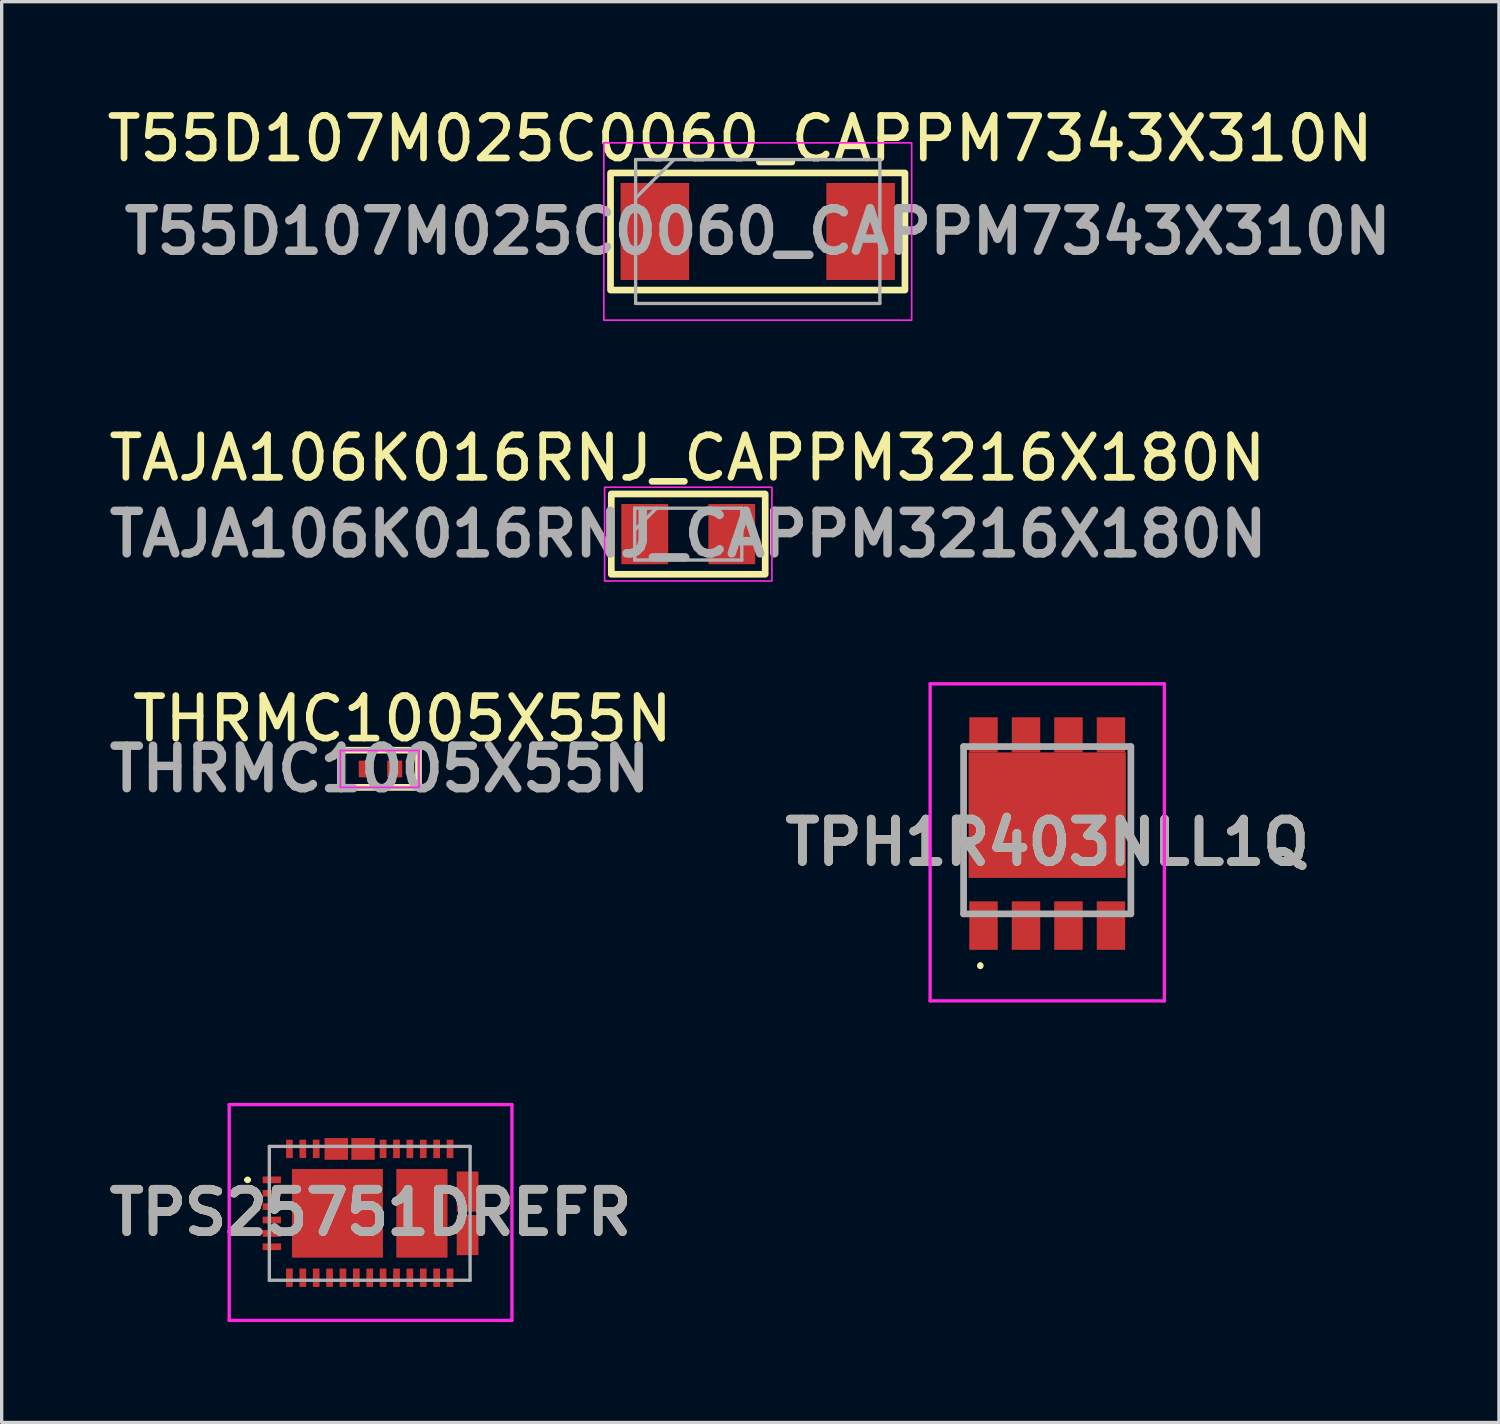
<source format=kicad_pcb>
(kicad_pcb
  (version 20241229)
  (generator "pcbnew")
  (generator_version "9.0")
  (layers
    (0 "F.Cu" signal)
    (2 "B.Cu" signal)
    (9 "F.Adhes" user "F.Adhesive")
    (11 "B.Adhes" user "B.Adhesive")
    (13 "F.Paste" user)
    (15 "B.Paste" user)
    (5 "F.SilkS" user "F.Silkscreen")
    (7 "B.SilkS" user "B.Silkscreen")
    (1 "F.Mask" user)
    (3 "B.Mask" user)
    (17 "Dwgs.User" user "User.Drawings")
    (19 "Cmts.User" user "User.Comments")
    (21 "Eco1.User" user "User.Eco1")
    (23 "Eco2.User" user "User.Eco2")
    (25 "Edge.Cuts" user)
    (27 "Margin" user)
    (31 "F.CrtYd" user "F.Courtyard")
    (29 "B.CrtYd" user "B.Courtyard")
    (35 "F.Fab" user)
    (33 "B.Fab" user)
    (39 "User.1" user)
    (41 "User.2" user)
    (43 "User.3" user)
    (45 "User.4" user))
  (footprint "TAJA106K016RNJ_CAPPM3216X180N"
    (layer "F.Cu")
    (at 17.52 12.913)
    (property "Reference" "TAJA106K016RNJ_CAPPM3216X180N" (at -0.025 -2.275 0) (layer "F.SilkS") (effects (font (size 1.27 1.27) (thickness 0.2))))
    (attr smd)
    (fp_rect (start -2.3 -1.2) (end 2.3 1.2) (stroke (width 0.2) (type default)) (fill no) (layer "F.SilkS"))
    (fp_rect (start -2.5 -1.4) (end 2.5 1.4) (stroke (width 0.05) (type default)) (fill no) (layer "F.CrtYd"))
    (fp_line (start -1.6 -0.775) (end 1.6 -0.775) (stroke (width 0.1) (type solid)) (layer "F.Fab"))
    (fp_line (start -1.6 -0.125) (end -0.95 -0.775) (stroke (width 0.1) (type solid)) (layer "F.Fab"))
    (fp_line (start -1.6 0.775) (end -1.6 -0.775) (stroke (width 0.1) (type solid)) (layer "F.Fab"))
    (fp_line (start 1.6 -0.775) (end 1.6 0.775) (stroke (width 0.1) (type solid)) (layer "F.Fab"))
    (fp_line (start 1.6 0.775) (end -1.6 0.775) (stroke (width 0.1) (type solid)) (layer "F.Fab"))
    (fp_text user "${REFERENCE}" (at 0 0 0) (layer "F.Fab") (effects (font (size 1.27 1.27) (thickness 0.254))))
    (pad "1" smd rect (at -1.3 0) (size 1.4 1.8) (layers "F.Cu" "F.Mask" "F.Paste"))
    (pad "2" smd rect (at 1.3 0) (size 1.4 1.8) (layers "F.Cu" "F.Mask" "F.Paste")))
  (footprint "TPS25751DREFR"
    (layer "F.Cu")
    (at 8 33.213)
    (property "Reference" "TPS25751DREFR" (at 0.025 -0.025 0) (layer "F.SilkS") (effects (font (size 1.27 1.27) (thickness 0.254))))
    (attr smd)
    (fp_line (start -3.7 -1) (end -3.7 -1) (stroke (width 0.1) (type solid)) (layer "F.SilkS"))
    (fp_line (start -3.6 -1) (end -3.6 -1) (stroke (width 0.1) (type solid)) (layer "F.SilkS"))
    (fp_arc (start -3.7 -1) (mid -3.65 -1.05) (end -3.6 -1) (stroke (width 0.1) (type solid)) (layer "F.SilkS"))
    (fp_arc (start -3.6 -1) (mid -3.65 -0.95) (end -3.7 -1) (stroke (width 0.1) (type solid)) (layer "F.SilkS"))
    (fp_line (start -4.2 -3.25) (end 4.25 -3.25) (stroke (width 0.1) (type solid)) (layer "F.CrtYd"))
    (fp_line (start -4.2 3.2) (end -4.2 -3.25) (stroke (width 0.1) (type solid)) (layer "F.CrtYd"))
    (fp_line (start 4.25 -3.25) (end 4.25 3.2) (stroke (width 0.1) (type solid)) (layer "F.CrtYd"))
    (fp_line (start 4.25 3.2) (end -4.2 3.2) (stroke (width 0.1) (type solid)) (layer "F.CrtYd"))
    (fp_line (start -3 -2) (end 3 -2) (stroke (width 0.1) (type solid)) (layer "F.Fab"))
    (fp_line (start -3 2) (end -3 -2) (stroke (width 0.1) (type solid)) (layer "F.Fab"))
    (fp_line (start 3 -2) (end 3 2) (stroke (width 0.1) (type solid)) (layer "F.Fab"))
    (fp_line (start 3 2) (end -3 2) (stroke (width 0.1) (type solid)) (layer "F.Fab"))
    (fp_text user "${REFERENCE}" (at 0.025 -0.025 0) (layer "F.Fab") (effects (font (size 1.27 1.27) (thickness 0.254))))
    (pad "1" smd rect (at -2.925 -1 90) (size 0.2 0.55) (layers "F.Cu" "F.Mask" "F.Paste"))
    (pad "2" smd rect (at -2.925 -0.6 90) (size 0.2 0.55) (layers "F.Cu" "F.Mask" "F.Paste"))
    (pad "3" smd rect (at -2.925 -0.2 90) (size 0.2 0.55) (layers "F.Cu" "F.Mask" "F.Paste"))
    (pad "4" smd rect (at -2.925 0.2 90) (size 0.2 0.55) (layers "F.Cu" "F.Mask" "F.Paste"))
    (pad "5" smd rect (at -2.925 0.6 90) (size 0.2 0.55) (layers "F.Cu" "F.Mask" "F.Paste"))
    (pad "6" smd rect (at -2.925 1 90) (size 0.2 0.55) (layers "F.Cu" "F.Mask" "F.Paste"))
    (pad "7" smd rect (at -2.4 1.925) (size 0.2 0.55) (layers "F.Cu" "F.Mask" "F.Paste"))
    (pad "8" smd rect (at -2 1.925) (size 0.2 0.55) (layers "F.Cu" "F.Mask" "F.Paste"))
    (pad "9" smd rect (at -1.6 1.925) (size 0.2 0.55) (layers "F.Cu" "F.Mask" "F.Paste"))
    (pad "10" smd rect (at -1.2 1.925) (size 0.2 0.55) (layers "F.Cu" "F.Mask" "F.Paste"))
    (pad "11" smd rect (at -0.8 1.925) (size 0.2 0.55) (layers "F.Cu" "F.Mask" "F.Paste"))
    (pad "12" smd rect (at -0.4 1.925) (size 0.2 0.55) (layers "F.Cu" "F.Mask" "F.Paste"))
    (pad "13" smd rect (at 0 1.925) (size 0.2 0.55) (layers "F.Cu" "F.Mask" "F.Paste"))
    (pad "14" smd rect (at 0.4 1.925) (size 0.2 0.55) (layers "F.Cu" "F.Mask" "F.Paste"))
    (pad "15" smd rect (at 0.8 1.925) (size 0.2 0.55) (layers "F.Cu" "F.Mask" "F.Paste"))
    (pad "16" smd rect (at 1.2 1.925) (size 0.2 0.55) (layers "F.Cu" "F.Mask" "F.Paste"))
    (pad "17" smd rect (at 1.6 1.925) (size 0.2 0.55) (layers "F.Cu" "F.Mask" "F.Paste"))
    (pad "18" smd rect (at 2 1.925) (size 0.2 0.55) (layers "F.Cu" "F.Mask" "F.Paste"))
    (pad "19" smd rect (at 2.4 1.925) (size 0.2 0.55) (layers "F.Cu" "F.Mask" "F.Paste"))
    (pad "20" smd rect (at 2.925 0.65) (size 0.65 1.2) (layers "F.Cu" "F.Mask" "F.Paste"))
    (pad "23" smd rect (at 2.925 -0.65) (size 0.65 1.2) (layers "F.Cu" "F.Mask" "F.Paste"))
    (pad "26" smd rect (at 2.4 -1.925) (size 0.2 0.55) (layers "F.Cu" "F.Mask" "F.Paste"))
    (pad "27" smd rect (at 2 -1.925) (size 0.2 0.55) (layers "F.Cu" "F.Mask" "F.Paste"))
    (pad "28" smd rect (at 1.6 -1.925) (size 0.2 0.55) (layers "F.Cu" "F.Mask" "F.Paste"))
    (pad "29" smd rect (at 1.2 -1.925) (size 0.2 0.55) (layers "F.Cu" "F.Mask" "F.Paste"))
    (pad "30" smd rect (at 0.8 -1.925) (size 0.2 0.55) (layers "F.Cu" "F.Mask" "F.Paste"))
    (pad "31" smd rect (at 0.4 -1.925) (size 0.2 0.55) (layers "F.Cu" "F.Mask" "F.Paste"))
    (pad "32" smd rect (at -0.2 -1.925 90) (size 0.65 0.7) (layers "F.Cu" "F.Mask" "F.Paste"))
    (pad "34" smd rect (at -1 -1.925 90) (size 0.65 0.7) (layers "F.Cu" "F.Mask" "F.Paste"))
    (pad "36" smd rect (at -1.6 -1.925) (size 0.2 0.55) (layers "F.Cu" "F.Mask" "F.Paste"))
    (pad "37" smd rect (at -2 -1.925) (size 0.2 0.55) (layers "F.Cu" "F.Mask" "F.Paste"))
    (pad "38" smd rect (at -2.4 -1.925) (size 0.2 0.55) (layers "F.Cu" "F.Mask" "F.Paste"))
    (pad "39" smd rect (at -0.965 0 90) (size 2.65 2.72) (layers "F.Cu" "F.Mask" "F.Paste"))
    (pad "40" smd rect (at 1.56 0) (size 1.53 2.65) (layers "F.Cu" "F.Mask" "F.Paste")))
  (footprint "T55D107M025C0060_CAPPM7343X310N"
    (layer "F.Cu")
    (at 19.597 3.869)
    (property "Reference" "T55D107M025C0060_CAPPM7343X310N" (at -0.525 -2.775 0) (layer "F.SilkS") (effects (font (size 1.27 1.27) (thickness 0.2))))
    (attr smd)
    (fp_rect (start -4.4 -1.75) (end 4.4 1.75) (stroke (width 0.2) (type default)) (fill no) (layer "F.SilkS"))
    (fp_rect (start -4.6 -2.65) (end 4.6 2.65) (stroke (width 0.05) (type default)) (fill no) (layer "F.CrtYd"))
    (fp_line (start -3.65 -2.15) (end 3.65 -2.15) (stroke (width 0.1) (type solid)) (layer "F.Fab"))
    (fp_line (start -3.65 -1) (end -2.5 -2.15) (stroke (width 0.1) (type solid)) (layer "F.Fab"))
    (fp_line (start -3.65 2.15) (end -3.65 -2.15) (stroke (width 0.1) (type solid)) (layer "F.Fab"))
    (fp_line (start 3.65 -2.15) (end 3.65 2.15) (stroke (width 0.1) (type solid)) (layer "F.Fab"))
    (fp_line (start 3.65 2.15) (end -3.65 2.15) (stroke (width 0.1) (type solid)) (layer "F.Fab"))
    (fp_text user "${REFERENCE}" (at 0 0 0) (layer "F.Fab") (effects (font (size 1.27 1.27) (thickness 0.254))))
    (pad "1" smd rect (at -3.075 0) (size 2.05 2.9) (layers "F.Cu" "F.Mask" "F.Paste"))
    (pad "2" smd rect (at 3.075 0) (size 2.05 2.9) (layers "F.Cu" "F.Mask" "F.Paste")))
  (footprint "TPH1R403NLL1Q"
    (layer "F.Cu")
    (at 28.249 21.763)
    (property "Reference" "TPH1R403NLL1Q" (at 0 0.362 0) (layer "F.SilkS") (effects (font (size 1.27 1.27) (thickness 0.254))))
    (attr smd)
    (fp_line (start -2 4) (end -2 4) (stroke (width 0.1) (type solid)) (layer "F.SilkS"))
    (fp_line (start -2 4.1) (end -2 4.1) (stroke (width 0.1) (type solid)) (layer "F.SilkS"))
    (fp_arc (start -2 4) (mid -1.95 4.05) (end -2 4.1) (stroke (width 0.1) (type solid)) (layer "F.SilkS"))
    (fp_arc (start -2 4.1) (mid -2.05 4.05) (end -2 4) (stroke (width 0.1) (type solid)) (layer "F.SilkS"))
    (fp_line (start -3.5 -4.375) (end 3.5 -4.375) (stroke (width 0.1) (type solid)) (layer "F.CrtYd"))
    (fp_line (start -3.5 5.1) (end -3.5 -4.375) (stroke (width 0.1) (type solid)) (layer "F.CrtYd"))
    (fp_line (start 3.5 -4.375) (end 3.5 5.1) (stroke (width 0.1) (type solid)) (layer "F.CrtYd"))
    (fp_line (start 3.5 5.1) (end -3.5 5.1) (stroke (width 0.1) (type solid)) (layer "F.CrtYd"))
    (fp_line (start -2.5 -2.5) (end 2.5 -2.5) (stroke (width 0.2) (type solid)) (layer "F.Fab"))
    (fp_line (start -2.5 2.5) (end -2.5 -2.5) (stroke (width 0.2) (type solid)) (layer "F.Fab"))
    (fp_line (start 2.5 -2.5) (end 2.5 2.5) (stroke (width 0.2) (type solid)) (layer "F.Fab"))
    (fp_line (start 2.5 2.5) (end -2.5 2.5) (stroke (width 0.2) (type solid)) (layer "F.Fab"))
    (fp_text user "${REFERENCE}" (at 0 0.362 0) (layer "F.Fab") (effects (font (size 1.27 1.27) (thickness 0.254))))
    (pad "1" smd rect (at -1.905 2.85) (size 0.85 1.45) (layers "F.Cu" "F.Mask" "F.Paste"))
    (pad "2" smd rect (at -0.635 2.85) (size 0.85 1.45) (layers "F.Cu" "F.Mask" "F.Paste"))
    (pad "3" smd rect (at 0.635 2.85) (size 0.85 1.45) (layers "F.Cu" "F.Mask" "F.Paste"))
    (pad "4" smd rect (at 1.905 2.85) (size 0.85 1.45) (layers "F.Cu" "F.Mask" "F.Paste"))
    (pad "5" smd rect (at 1.905 -2.85) (size 0.85 1.05) (layers "F.Cu" "F.Mask" "F.Paste"))
    (pad "6" smd rect (at 0.635 -2.85) (size 0.85 1.05) (layers "F.Cu" "F.Mask" "F.Paste"))
    (pad "7" smd rect (at -0.635 -2.85) (size 0.85 1.05) (layers "F.Cu" "F.Mask" "F.Paste"))
    (pad "8" smd rect (at -1.905 -2.85) (size 0.85 1.05) (layers "F.Cu" "F.Mask" "F.Paste"))
    (pad "9" smd rect (at 0 -0.45 90) (size 3.75 4.7) (layers "F.Cu" "F.Mask" "F.Paste")))
  (footprint "THRMC1005X55N"
    (layer "F.Cu")
    (at 8.297 19.932)
    (property "Reference" "THRMC1005X55N" (at 0.68 -1.5 0) (layer "F.SilkS") (effects (font (size 1.27 1.27) (thickness 0.2))))
    (attr smd)
    (fp_rect (start -1.17 -0.56) (end 1.16 0.55) (stroke (width 0.2) (type default)) (fill no) (layer "F.SilkS"))
    (fp_line (start -1.175 -0.55) (end 1.175 -0.55) (stroke (width 0.05) (type solid)) (layer "F.CrtYd"))
    (fp_line (start -1.175 0.55) (end -1.175 -0.55) (stroke (width 0.05) (type solid)) (layer "F.CrtYd"))
    (fp_line (start 1.175 -0.55) (end 1.175 0.55) (stroke (width 0.05) (type solid)) (layer "F.CrtYd"))
    (fp_line (start 1.175 0.55) (end -1.175 0.55) (stroke (width 0.05) (type solid)) (layer "F.CrtYd"))
    (fp_rect (start -1.17 -0.58) (end 1.17 0.56) (stroke (width 0.1) (type default)) (fill no) (layer "F.Fab"))
    (fp_text user "${REFERENCE}" (at 0 0 0) (layer "F.Fab") (effects (font (size 1.27 1.27) (thickness 0.254))))
    (pad "1" smd rect (at -0.4 0) (size 0.45 0.5) (layers "F.Cu" "F.Mask" "F.Paste"))
    (pad "2" smd rect (at 0.45 0) (size 0.45 0.5) (layers "F.Cu" "F.Mask" "F.Paste")))
  (gr_rect
    (start -3 -3)
    (end 41.75 39.463)
    (stroke (width 0.1) (type default))
    (fill no)
    (layer "Edge.Cuts")))
</source>
